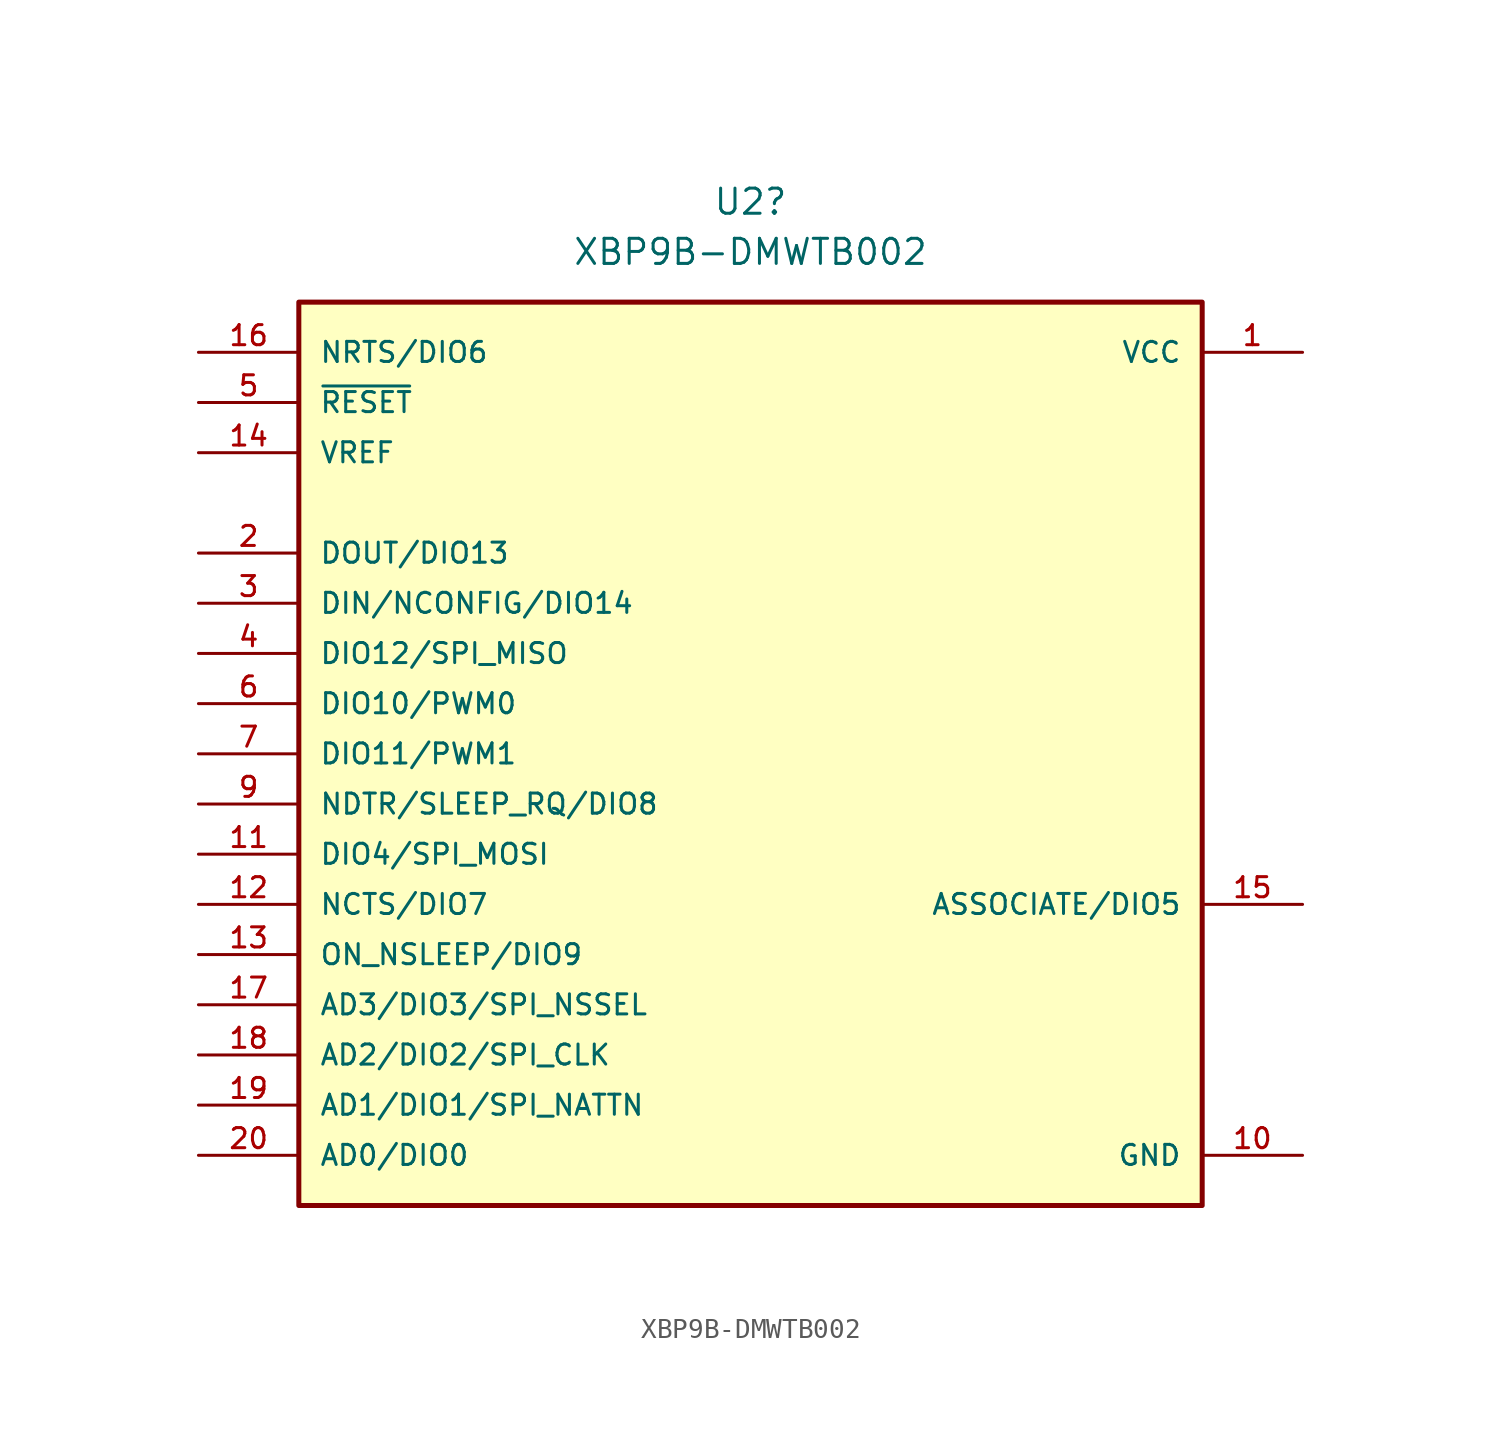
<source format=kicad_sym>
(kicad_symbol_lib
  (version 20211014)
  (generator kicad_symbol_editor)
  (symbol "XBP9B-DMWTB002"
    (pin_names
      (offset 1.016))
    (property "Reference" "U2"
      (at 0 27.94 0)
      (effects (font (size 1.27 1.27))))
    (property "Value" "XBP9B-DMWTB002"
      (at 0 25.4 0)
      (effects (font (size 1.27 1.27))))
    (property "ki_locked" ""
      (at 0 0 0)
      (effects (font (size 1.27 1.27))))
    (symbol "XBP9B-DMWTB002_0_0"
      (rectangle (start -22.86 -22.86) (end 22.86 22.86) (stroke (width 0.254) (type default) (color 0 0 0 0)) (fill (type background)))
      (pin power_in line (at 27.94 20.32 180) (length 5.08) (name "VCC" (effects (font (size 1.016 1.016)))) (number "1" (effects (font (size 1.016 1.016)))))
      (pin power_in line (at 27.94 -20.32 180) (length 5.08) (name "GND" (effects (font (size 1.016 1.016)))) (number "10" (effects (font (size 1.016 1.016)))))
      (pin bidirectional line (at -27.94 -5.08 0) (length 5.08) (name "DIO4/SPI_MOSI" (effects (font (size 1.016 1.016)))) (number "11" (effects (font (size 1.016 1.016)))))
      (pin bidirectional line (at -27.94 -7.62 0) (length 5.08) (name "NCTS/DIO7" (effects (font (size 1.016 1.016)))) (number "12" (effects (font (size 1.016 1.016)))))
      (pin bidirectional line (at -27.94 -10.16 0) (length 5.08) (name "ON_NSLEEP/DIO9" (effects (font (size 1.016 1.016)))) (number "13" (effects (font (size 1.016 1.016)))))
      (pin input line (at -27.94 15.24 0) (length 5.08) (name "VREF" (effects (font (size 1.016 1.016)))) (number "14" (effects (font (size 1.016 1.016)))))
      (pin output line (at 27.94 -7.62 180) (length 5.08) (name "ASSOCIATE/DIO5" (effects (font (size 1.016 1.016)))) (number "15" (effects (font (size 1.016 1.016)))))
      (pin input line (at -27.94 20.32 0) (length 5.08) (name "NRTS/DIO6" (effects (font (size 1.016 1.016)))) (number "16" (effects (font (size 1.016 1.016)))))
      (pin bidirectional line (at -27.94 -12.7 0) (length 5.08) (name "AD3/DIO3/SPI_NSSEL" (effects (font (size 1.016 1.016)))) (number "17" (effects (font (size 1.016 1.016)))))
      (pin bidirectional line (at -27.94 -15.24 0) (length 5.08) (name "AD2/DIO2/SPI_CLK" (effects (font (size 1.016 1.016)))) (number "18" (effects (font (size 1.016 1.016)))))
      (pin bidirectional line (at -27.94 -17.78 0) (length 5.08) (name "AD1/DIO1/SPI_NATTN" (effects (font (size 1.016 1.016)))) (number "19" (effects (font (size 1.016 1.016)))))
      (pin bidirectional line (at -27.94 10.16 0) (length 5.08) (name "DOUT/DIO13" (effects (font (size 1.016 1.016)))) (number "2" (effects (font (size 1.016 1.016)))))
      (pin bidirectional line (at -27.94 -20.32 0) (length 5.08) (name "AD0/DIO0" (effects (font (size 1.016 1.016)))) (number "20" (effects (font (size 1.016 1.016)))))
      (pin bidirectional line (at -27.94 7.62 0) (length 5.08) (name "DIN/NCONFIG/DIO14" (effects (font (size 1.016 1.016)))) (number "3" (effects (font (size 1.016 1.016)))))
      (pin bidirectional line (at -27.94 5.08 0) (length 5.08) (name "DIO12/SPI_MISO" (effects (font (size 1.016 1.016)))) (number "4" (effects (font (size 1.016 1.016)))))
      (pin input line (at -27.94 17.78 0) (length 5.08) (name "~{RESET}" (effects (font (size 1.016 1.016)))) (number "5" (effects (font (size 1.016 1.016)))))
      (pin bidirectional line (at -27.94 2.54 0) (length 5.08) (name "DIO10/PWM0" (effects (font (size 1.016 1.016)))) (number "6" (effects (font (size 1.016 1.016)))))
      (pin bidirectional line (at -27.94 0 0) (length 5.08) (name "DIO11/PWM1" (effects (font (size 1.016 1.016)))) (number "7" (effects (font (size 1.016 1.016)))))
      (pin bidirectional line (at -27.94 -2.54 0) (length 5.08) (name "NDTR/SLEEP_RQ/DIO8" (effects (font (size 1.016 1.016)))) (number "9" (effects (font (size 1.016 1.016))))))))
</source>
